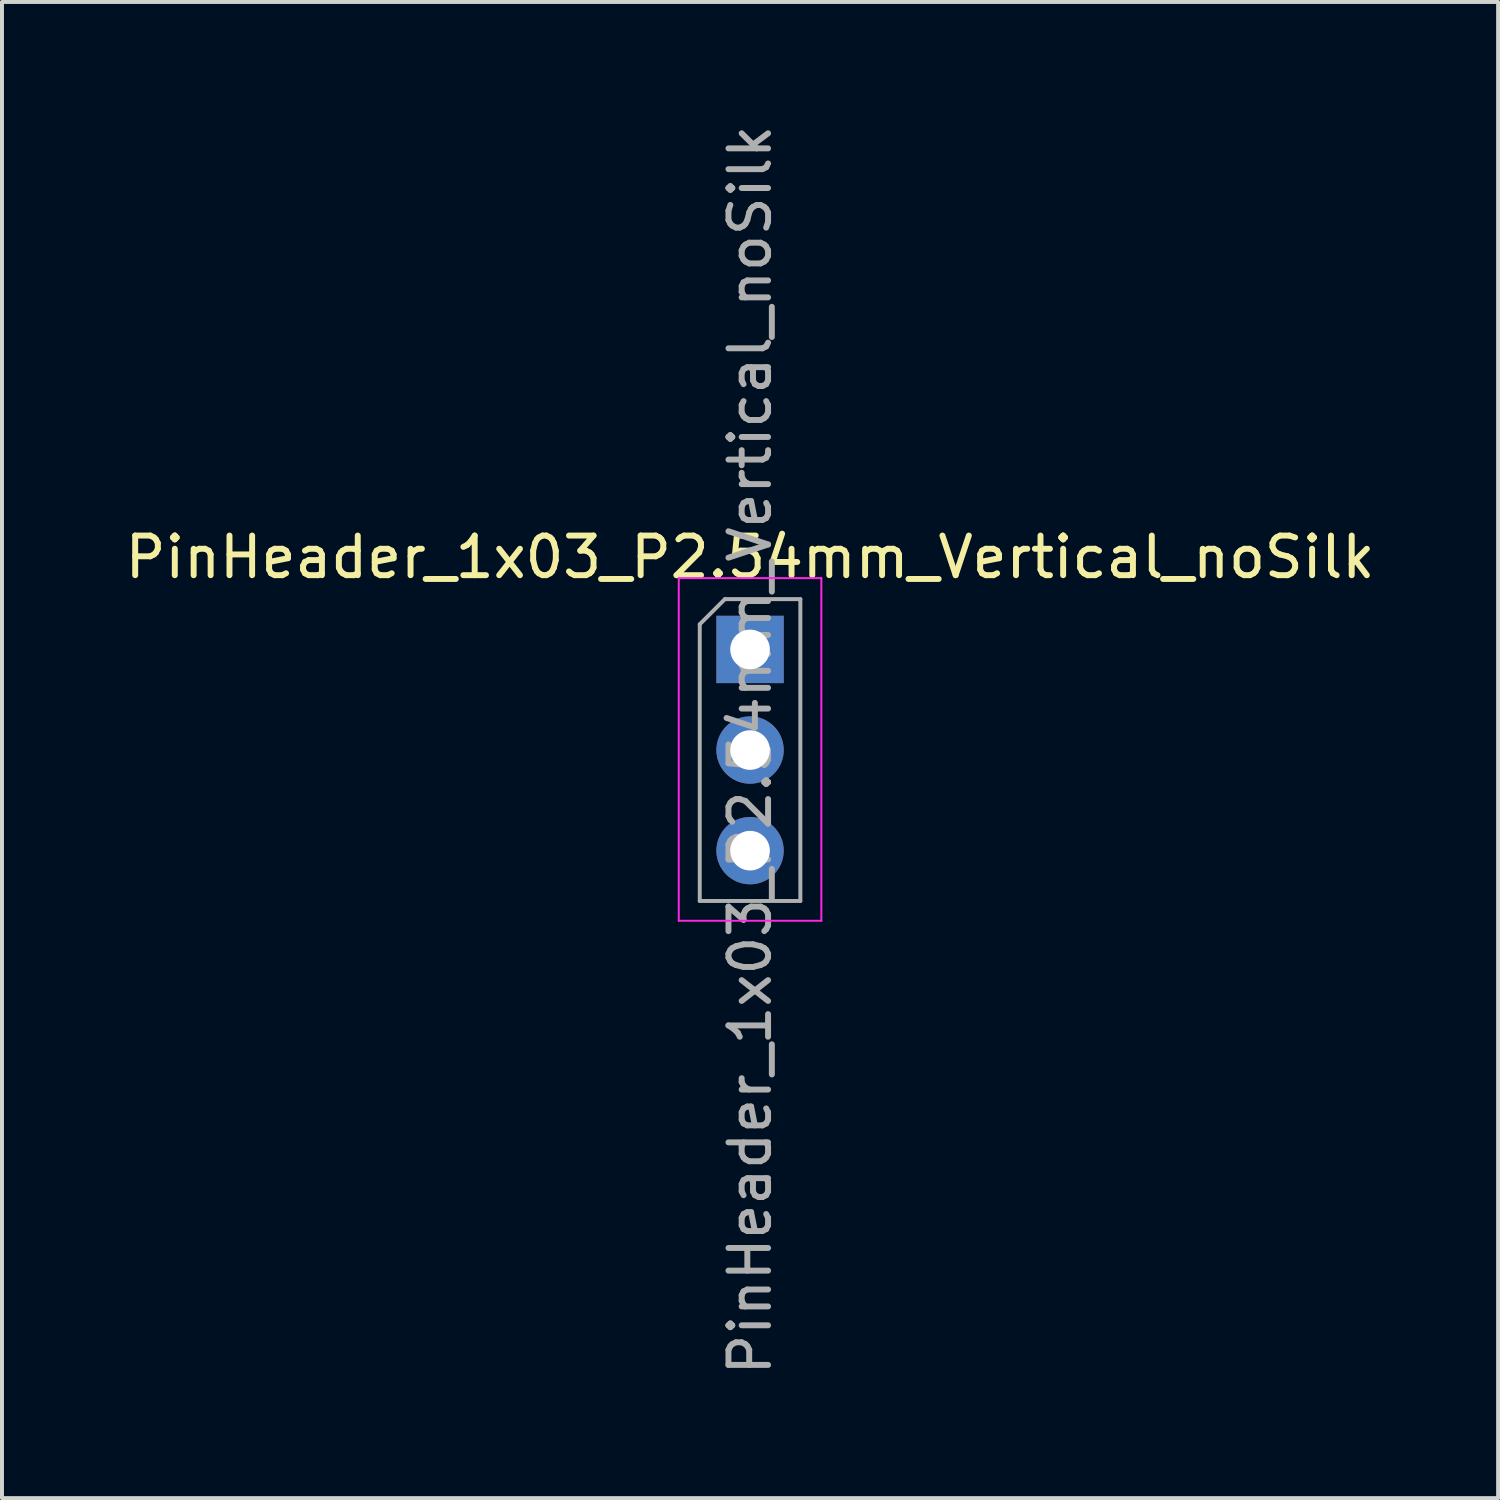
<source format=kicad_pcb>
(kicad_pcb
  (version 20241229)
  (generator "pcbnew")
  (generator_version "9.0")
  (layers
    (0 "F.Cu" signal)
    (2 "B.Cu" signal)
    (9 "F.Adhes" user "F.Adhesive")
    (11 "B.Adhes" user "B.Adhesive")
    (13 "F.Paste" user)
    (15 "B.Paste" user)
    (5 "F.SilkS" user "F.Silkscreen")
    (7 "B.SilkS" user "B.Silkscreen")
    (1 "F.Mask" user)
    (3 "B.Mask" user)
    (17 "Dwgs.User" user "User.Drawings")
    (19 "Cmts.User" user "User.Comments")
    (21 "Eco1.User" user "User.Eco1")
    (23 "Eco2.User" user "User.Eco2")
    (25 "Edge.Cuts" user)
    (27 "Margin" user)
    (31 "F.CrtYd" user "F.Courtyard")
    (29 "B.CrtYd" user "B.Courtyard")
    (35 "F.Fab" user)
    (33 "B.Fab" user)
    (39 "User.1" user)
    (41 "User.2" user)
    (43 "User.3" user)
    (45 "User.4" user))
  (footprint "PinHeader_1x03_P2.54mm_Vertical_noSilk"
    (layer "F.Cu")
    (at 15.887 13.347)
    (property "Reference" "PinHeader_1x03_P2.54mm_Vertical_noSilk" (at 0 -2.33 0) (layer "F.SilkS") (effects (font (size 1 1) (thickness 0.15))))
    (attr through_hole)
    (fp_line (start -1.8 -1.8) (end -1.8 6.85) (stroke (width 0.05) (type solid)) (layer "F.CrtYd"))
    (fp_line (start -1.8 6.85) (end 1.8 6.85) (stroke (width 0.05) (type solid)) (layer "F.CrtYd"))
    (fp_line (start 1.8 -1.8) (end -1.8 -1.8) (stroke (width 0.05) (type solid)) (layer "F.CrtYd"))
    (fp_line (start 1.8 6.85) (end 1.8 -1.8) (stroke (width 0.05) (type solid)) (layer "F.CrtYd"))
    (fp_line (start -1.27 -0.635) (end -0.635 -1.27) (stroke (width 0.1) (type solid)) (layer "F.Fab"))
    (fp_line (start -1.27 6.35) (end -1.27 -0.635) (stroke (width 0.1) (type solid)) (layer "F.Fab"))
    (fp_line (start -0.635 -1.27) (end 1.27 -1.27) (stroke (width 0.1) (type solid)) (layer "F.Fab"))
    (fp_line (start 1.27 -1.27) (end 1.27 6.35) (stroke (width 0.1) (type solid)) (layer "F.Fab"))
    (fp_line (start 1.27 6.35) (end -1.27 6.35) (stroke (width 0.1) (type solid)) (layer "F.Fab"))
    (fp_text user "${REFERENCE}" (at 0 2.54 90) (layer "F.Fab") (effects (font (size 1 1) (thickness 0.15))))
    (pad "1" thru_hole rect (at 0 0) (size 1.7 1.7) (drill 1) (layers "*.Cu" "*.Mask"))
    (pad "2" thru_hole oval (at 0 2.54) (size 1.7 1.7) (drill 1) (layers "*.Cu" "*.Mask"))
    (pad "3" thru_hole oval (at 0 5.08) (size 1.7 1.7) (drill 1) (layers "*.Cu" "*.Mask")))
  (gr_rect
    (start -3 -3)
    (end 34.774 34.774)
    (stroke (width 0.1) (type default))
    (fill no)
    (layer "Edge.Cuts")))
</source>
